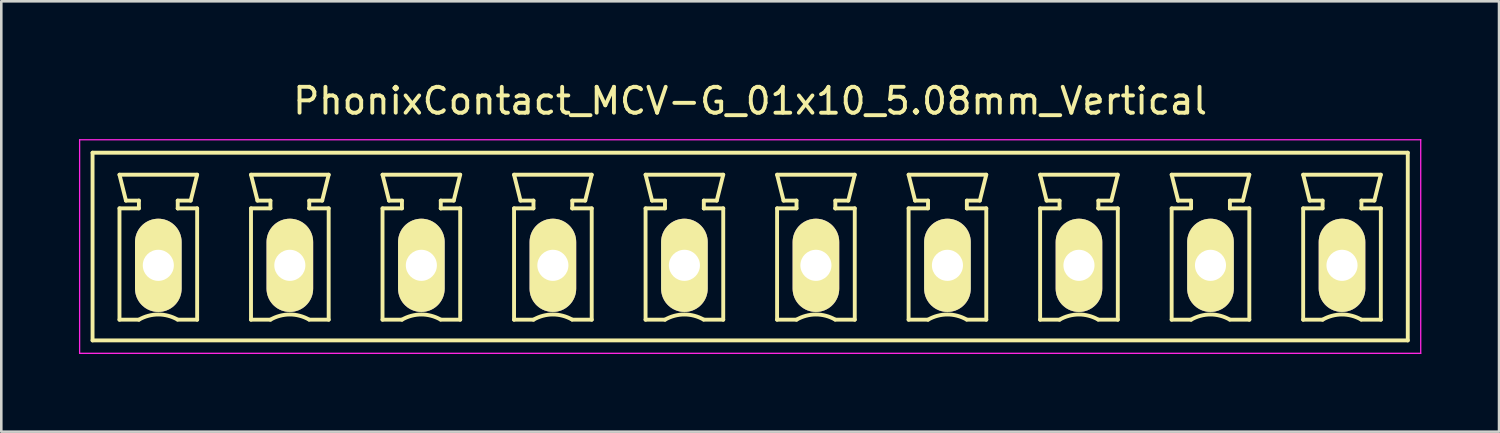
<source format=kicad_pcb>
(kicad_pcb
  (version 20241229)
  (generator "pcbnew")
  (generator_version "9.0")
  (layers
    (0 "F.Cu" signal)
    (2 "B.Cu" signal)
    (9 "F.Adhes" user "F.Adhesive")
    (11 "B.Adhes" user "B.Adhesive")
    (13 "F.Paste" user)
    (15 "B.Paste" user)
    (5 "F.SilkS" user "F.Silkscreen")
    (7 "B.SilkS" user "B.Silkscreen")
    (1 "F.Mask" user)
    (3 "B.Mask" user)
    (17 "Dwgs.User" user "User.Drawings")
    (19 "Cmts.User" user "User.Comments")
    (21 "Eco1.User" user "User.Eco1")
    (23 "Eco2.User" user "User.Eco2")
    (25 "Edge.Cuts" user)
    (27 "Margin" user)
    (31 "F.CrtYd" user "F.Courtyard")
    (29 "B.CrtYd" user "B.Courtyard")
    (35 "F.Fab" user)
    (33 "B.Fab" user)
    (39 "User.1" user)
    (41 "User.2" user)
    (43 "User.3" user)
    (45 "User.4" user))
  (footprint "PhonixContact_MCV-G_01x10_5.08mm_Vertical"
    (layer "F.Cu")
    (at 3.065 7.198)
    (property "Reference" "PhonixContact_MCV-G_01x10_5.08mm_Vertical" (at 22.86 -6.35 0) (layer "F.SilkS") (effects (font (size 1 1) (thickness 0.15))))
    (attr through_hole)
    (fp_line (start -2.54 -4.35) (end -2.54 2.9) (stroke (width 0.15) (type solid)) (layer "F.SilkS"))
    (fp_line (start -2.54 2.9) (end 48.26 2.9) (stroke (width 0.15) (type solid)) (layer "F.SilkS"))
    (fp_line (start -1.5 -3.5) (end 1.5 -3.5) (stroke (width 0.15) (type solid)) (layer "F.SilkS"))
    (fp_line (start -1.5 -2.2) (end -0.75 -2.2) (stroke (width 0.15) (type solid)) (layer "F.SilkS"))
    (fp_line (start -1.5 2.1) (end -1.5 -2.2) (stroke (width 0.15) (type solid)) (layer "F.SilkS"))
    (fp_line (start -1.25 -2.5) (end -1.5 -3.5) (stroke (width 0.15) (type solid)) (layer "F.SilkS"))
    (fp_line (start -0.75 -2.5) (end -1.25 -2.5) (stroke (width 0.15) (type solid)) (layer "F.SilkS"))
    (fp_line (start -0.75 -2.2) (end -0.75 -2.5) (stroke (width 0.15) (type solid)) (layer "F.SilkS"))
    (fp_line (start -0.75 2.1) (end -1.5 2.1) (stroke (width 0.15) (type solid)) (layer "F.SilkS"))
    (fp_line (start 0.75 -2.5) (end 0.75 -2.2) (stroke (width 0.15) (type solid)) (layer "F.SilkS"))
    (fp_line (start 0.75 -2.2) (end 0.75 -2.2) (stroke (width 0.15) (type solid)) (layer "F.SilkS"))
    (fp_line (start 0.75 -2.2) (end 1.5 -2.2) (stroke (width 0.15) (type solid)) (layer "F.SilkS"))
    (fp_line (start 1.25 -2.5) (end 0.75 -2.5) (stroke (width 0.15) (type solid)) (layer "F.SilkS"))
    (fp_line (start 1.5 -3.5) (end 1.25 -2.5) (stroke (width 0.15) (type solid)) (layer "F.SilkS"))
    (fp_line (start 1.5 -2.2) (end 1.5 2.1) (stroke (width 0.15) (type solid)) (layer "F.SilkS"))
    (fp_line (start 1.5 2.1) (end 0.75 2.1) (stroke (width 0.15) (type solid)) (layer "F.SilkS"))
    (fp_line (start 3.58 -3.5) (end 6.58 -3.5) (stroke (width 0.15) (type solid)) (layer "F.SilkS"))
    (fp_line (start 3.58 -2.2) (end 4.33 -2.2) (stroke (width 0.15) (type solid)) (layer "F.SilkS"))
    (fp_line (start 3.58 2.1) (end 3.58 -2.2) (stroke (width 0.15) (type solid)) (layer "F.SilkS"))
    (fp_line (start 3.83 -2.5) (end 3.58 -3.5) (stroke (width 0.15) (type solid)) (layer "F.SilkS"))
    (fp_line (start 4.33 -2.5) (end 3.83 -2.5) (stroke (width 0.15) (type solid)) (layer "F.SilkS"))
    (fp_line (start 4.33 -2.2) (end 4.33 -2.5) (stroke (width 0.15) (type solid)) (layer "F.SilkS"))
    (fp_line (start 4.33 2.1) (end 3.58 2.1) (stroke (width 0.15) (type solid)) (layer "F.SilkS"))
    (fp_line (start 5.83 -2.5) (end 5.83 -2.2) (stroke (width 0.15) (type solid)) (layer "F.SilkS"))
    (fp_line (start 5.83 -2.2) (end 5.83 -2.2) (stroke (width 0.15) (type solid)) (layer "F.SilkS"))
    (fp_line (start 5.83 -2.2) (end 6.58 -2.2) (stroke (width 0.15) (type solid)) (layer "F.SilkS"))
    (fp_line (start 6.33 -2.5) (end 5.83 -2.5) (stroke (width 0.15) (type solid)) (layer "F.SilkS"))
    (fp_line (start 6.58 -3.5) (end 6.33 -2.5) (stroke (width 0.15) (type solid)) (layer "F.SilkS"))
    (fp_line (start 6.58 -2.2) (end 6.58 2.1) (stroke (width 0.15) (type solid)) (layer "F.SilkS"))
    (fp_line (start 6.58 2.1) (end 5.83 2.1) (stroke (width 0.15) (type solid)) (layer "F.SilkS"))
    (fp_line (start 8.66 -3.5) (end 11.66 -3.5) (stroke (width 0.15) (type solid)) (layer "F.SilkS"))
    (fp_line (start 8.66 -2.2) (end 9.41 -2.2) (stroke (width 0.15) (type solid)) (layer "F.SilkS"))
    (fp_line (start 8.66 2.1) (end 8.66 -2.2) (stroke (width 0.15) (type solid)) (layer "F.SilkS"))
    (fp_line (start 8.91 -2.5) (end 8.66 -3.5) (stroke (width 0.15) (type solid)) (layer "F.SilkS"))
    (fp_line (start 9.41 -2.5) (end 8.91 -2.5) (stroke (width 0.15) (type solid)) (layer "F.SilkS"))
    (fp_line (start 9.41 -2.2) (end 9.41 -2.5) (stroke (width 0.15) (type solid)) (layer "F.SilkS"))
    (fp_line (start 9.41 2.1) (end 8.66 2.1) (stroke (width 0.15) (type solid)) (layer "F.SilkS"))
    (fp_line (start 10.91 -2.5) (end 10.91 -2.2) (stroke (width 0.15) (type solid)) (layer "F.SilkS"))
    (fp_line (start 10.91 -2.2) (end 10.91 -2.2) (stroke (width 0.15) (type solid)) (layer "F.SilkS"))
    (fp_line (start 10.91 -2.2) (end 11.66 -2.2) (stroke (width 0.15) (type solid)) (layer "F.SilkS"))
    (fp_line (start 11.41 -2.5) (end 10.91 -2.5) (stroke (width 0.15) (type solid)) (layer "F.SilkS"))
    (fp_line (start 11.66 -3.5) (end 11.41 -2.5) (stroke (width 0.15) (type solid)) (layer "F.SilkS"))
    (fp_line (start 11.66 -2.2) (end 11.66 2.1) (stroke (width 0.15) (type solid)) (layer "F.SilkS"))
    (fp_line (start 11.66 2.1) (end 10.91 2.1) (stroke (width 0.15) (type solid)) (layer "F.SilkS"))
    (fp_line (start 13.74 -3.5) (end 16.74 -3.5) (stroke (width 0.15) (type solid)) (layer "F.SilkS"))
    (fp_line (start 13.74 -2.2) (end 14.49 -2.2) (stroke (width 0.15) (type solid)) (layer "F.SilkS"))
    (fp_line (start 13.74 2.1) (end 13.74 -2.2) (stroke (width 0.15) (type solid)) (layer "F.SilkS"))
    (fp_line (start 13.99 -2.5) (end 13.74 -3.5) (stroke (width 0.15) (type solid)) (layer "F.SilkS"))
    (fp_line (start 14.49 -2.5) (end 13.99 -2.5) (stroke (width 0.15) (type solid)) (layer "F.SilkS"))
    (fp_line (start 14.49 -2.2) (end 14.49 -2.5) (stroke (width 0.15) (type solid)) (layer "F.SilkS"))
    (fp_line (start 14.49 2.1) (end 13.74 2.1) (stroke (width 0.15) (type solid)) (layer "F.SilkS"))
    (fp_line (start 15.99 -2.5) (end 15.99 -2.2) (stroke (width 0.15) (type solid)) (layer "F.SilkS"))
    (fp_line (start 15.99 -2.2) (end 15.99 -2.2) (stroke (width 0.15) (type solid)) (layer "F.SilkS"))
    (fp_line (start 15.99 -2.2) (end 16.74 -2.2) (stroke (width 0.15) (type solid)) (layer "F.SilkS"))
    (fp_line (start 16.49 -2.5) (end 15.99 -2.5) (stroke (width 0.15) (type solid)) (layer "F.SilkS"))
    (fp_line (start 16.74 -3.5) (end 16.49 -2.5) (stroke (width 0.15) (type solid)) (layer "F.SilkS"))
    (fp_line (start 16.74 -2.2) (end 16.74 2.1) (stroke (width 0.15) (type solid)) (layer "F.SilkS"))
    (fp_line (start 16.74 2.1) (end 15.99 2.1) (stroke (width 0.15) (type solid)) (layer "F.SilkS"))
    (fp_line (start 18.82 -3.5) (end 21.82 -3.5) (stroke (width 0.15) (type solid)) (layer "F.SilkS"))
    (fp_line (start 18.82 -2.2) (end 19.57 -2.2) (stroke (width 0.15) (type solid)) (layer "F.SilkS"))
    (fp_line (start 18.82 2.1) (end 18.82 -2.2) (stroke (width 0.15) (type solid)) (layer "F.SilkS"))
    (fp_line (start 19.07 -2.5) (end 18.82 -3.5) (stroke (width 0.15) (type solid)) (layer "F.SilkS"))
    (fp_line (start 19.57 -2.5) (end 19.07 -2.5) (stroke (width 0.15) (type solid)) (layer "F.SilkS"))
    (fp_line (start 19.57 -2.2) (end 19.57 -2.5) (stroke (width 0.15) (type solid)) (layer "F.SilkS"))
    (fp_line (start 19.57 2.1) (end 18.82 2.1) (stroke (width 0.15) (type solid)) (layer "F.SilkS"))
    (fp_line (start 21.07 -2.5) (end 21.07 -2.2) (stroke (width 0.15) (type solid)) (layer "F.SilkS"))
    (fp_line (start 21.07 -2.2) (end 21.07 -2.2) (stroke (width 0.15) (type solid)) (layer "F.SilkS"))
    (fp_line (start 21.07 -2.2) (end 21.82 -2.2) (stroke (width 0.15) (type solid)) (layer "F.SilkS"))
    (fp_line (start 21.57 -2.5) (end 21.07 -2.5) (stroke (width 0.15) (type solid)) (layer "F.SilkS"))
    (fp_line (start 21.82 -3.5) (end 21.57 -2.5) (stroke (width 0.15) (type solid)) (layer "F.SilkS"))
    (fp_line (start 21.82 -2.2) (end 21.82 2.1) (stroke (width 0.15) (type solid)) (layer "F.SilkS"))
    (fp_line (start 21.82 2.1) (end 21.07 2.1) (stroke (width 0.15) (type solid)) (layer "F.SilkS"))
    (fp_line (start 23.9 -3.5) (end 26.9 -3.5) (stroke (width 0.15) (type solid)) (layer "F.SilkS"))
    (fp_line (start 23.9 -2.2) (end 24.65 -2.2) (stroke (width 0.15) (type solid)) (layer "F.SilkS"))
    (fp_line (start 23.9 2.1) (end 23.9 -2.2) (stroke (width 0.15) (type solid)) (layer "F.SilkS"))
    (fp_line (start 24.15 -2.5) (end 23.9 -3.5) (stroke (width 0.15) (type solid)) (layer "F.SilkS"))
    (fp_line (start 24.65 -2.5) (end 24.15 -2.5) (stroke (width 0.15) (type solid)) (layer "F.SilkS"))
    (fp_line (start 24.65 -2.2) (end 24.65 -2.5) (stroke (width 0.15) (type solid)) (layer "F.SilkS"))
    (fp_line (start 24.65 2.1) (end 23.9 2.1) (stroke (width 0.15) (type solid)) (layer "F.SilkS"))
    (fp_line (start 26.15 -2.5) (end 26.15 -2.2) (stroke (width 0.15) (type solid)) (layer "F.SilkS"))
    (fp_line (start 26.15 -2.2) (end 26.15 -2.2) (stroke (width 0.15) (type solid)) (layer "F.SilkS"))
    (fp_line (start 26.15 -2.2) (end 26.9 -2.2) (stroke (width 0.15) (type solid)) (layer "F.SilkS"))
    (fp_line (start 26.65 -2.5) (end 26.15 -2.5) (stroke (width 0.15) (type solid)) (layer "F.SilkS"))
    (fp_line (start 26.9 -3.5) (end 26.65 -2.5) (stroke (width 0.15) (type solid)) (layer "F.SilkS"))
    (fp_line (start 26.9 -2.2) (end 26.9 2.1) (stroke (width 0.15) (type solid)) (layer "F.SilkS"))
    (fp_line (start 26.9 2.1) (end 26.15 2.1) (stroke (width 0.15) (type solid)) (layer "F.SilkS"))
    (fp_line (start 28.98 -3.5) (end 31.98 -3.5) (stroke (width 0.15) (type solid)) (layer "F.SilkS"))
    (fp_line (start 28.98 -2.2) (end 29.73 -2.2) (stroke (width 0.15) (type solid)) (layer "F.SilkS"))
    (fp_line (start 28.98 2.1) (end 28.98 -2.2) (stroke (width 0.15) (type solid)) (layer "F.SilkS"))
    (fp_line (start 29.23 -2.5) (end 28.98 -3.5) (stroke (width 0.15) (type solid)) (layer "F.SilkS"))
    (fp_line (start 29.73 -2.5) (end 29.23 -2.5) (stroke (width 0.15) (type solid)) (layer "F.SilkS"))
    (fp_line (start 29.73 -2.2) (end 29.73 -2.5) (stroke (width 0.15) (type solid)) (layer "F.SilkS"))
    (fp_line (start 29.73 2.1) (end 28.98 2.1) (stroke (width 0.15) (type solid)) (layer "F.SilkS"))
    (fp_line (start 31.23 -2.5) (end 31.23 -2.2) (stroke (width 0.15) (type solid)) (layer "F.SilkS"))
    (fp_line (start 31.23 -2.2) (end 31.23 -2.2) (stroke (width 0.15) (type solid)) (layer "F.SilkS"))
    (fp_line (start 31.23 -2.2) (end 31.98 -2.2) (stroke (width 0.15) (type solid)) (layer "F.SilkS"))
    (fp_line (start 31.73 -2.5) (end 31.23 -2.5) (stroke (width 0.15) (type solid)) (layer "F.SilkS"))
    (fp_line (start 31.98 -3.5) (end 31.73 -2.5) (stroke (width 0.15) (type solid)) (layer "F.SilkS"))
    (fp_line (start 31.98 -2.2) (end 31.98 2.1) (stroke (width 0.15) (type solid)) (layer "F.SilkS"))
    (fp_line (start 31.98 2.1) (end 31.23 2.1) (stroke (width 0.15) (type solid)) (layer "F.SilkS"))
    (fp_line (start 34.06 -3.5) (end 37.06 -3.5) (stroke (width 0.15) (type solid)) (layer "F.SilkS"))
    (fp_line (start 34.06 -2.2) (end 34.81 -2.2) (stroke (width 0.15) (type solid)) (layer "F.SilkS"))
    (fp_line (start 34.06 2.1) (end 34.06 -2.2) (stroke (width 0.15) (type solid)) (layer "F.SilkS"))
    (fp_line (start 34.31 -2.5) (end 34.06 -3.5) (stroke (width 0.15) (type solid)) (layer "F.SilkS"))
    (fp_line (start 34.81 -2.5) (end 34.31 -2.5) (stroke (width 0.15) (type solid)) (layer "F.SilkS"))
    (fp_line (start 34.81 -2.2) (end 34.81 -2.5) (stroke (width 0.15) (type solid)) (layer "F.SilkS"))
    (fp_line (start 34.81 2.1) (end 34.06 2.1) (stroke (width 0.15) (type solid)) (layer "F.SilkS"))
    (fp_line (start 36.31 -2.5) (end 36.31 -2.2) (stroke (width 0.15) (type solid)) (layer "F.SilkS"))
    (fp_line (start 36.31 -2.2) (end 36.31 -2.2) (stroke (width 0.15) (type solid)) (layer "F.SilkS"))
    (fp_line (start 36.31 -2.2) (end 37.06 -2.2) (stroke (width 0.15) (type solid)) (layer "F.SilkS"))
    (fp_line (start 36.81 -2.5) (end 36.31 -2.5) (stroke (width 0.15) (type solid)) (layer "F.SilkS"))
    (fp_line (start 37.06 -3.5) (end 36.81 -2.5) (stroke (width 0.15) (type solid)) (layer "F.SilkS"))
    (fp_line (start 37.06 -2.2) (end 37.06 2.1) (stroke (width 0.15) (type solid)) (layer "F.SilkS"))
    (fp_line (start 37.06 2.1) (end 36.31 2.1) (stroke (width 0.15) (type solid)) (layer "F.SilkS"))
    (fp_line (start 39.14 -3.5) (end 42.14 -3.5) (stroke (width 0.15) (type solid)) (layer "F.SilkS"))
    (fp_line (start 39.14 -2.2) (end 39.89 -2.2) (stroke (width 0.15) (type solid)) (layer "F.SilkS"))
    (fp_line (start 39.14 2.1) (end 39.14 -2.2) (stroke (width 0.15) (type solid)) (layer "F.SilkS"))
    (fp_line (start 39.39 -2.5) (end 39.14 -3.5) (stroke (width 0.15) (type solid)) (layer "F.SilkS"))
    (fp_line (start 39.89 -2.5) (end 39.39 -2.5) (stroke (width 0.15) (type solid)) (layer "F.SilkS"))
    (fp_line (start 39.89 -2.2) (end 39.89 -2.5) (stroke (width 0.15) (type solid)) (layer "F.SilkS"))
    (fp_line (start 39.89 2.1) (end 39.14 2.1) (stroke (width 0.15) (type solid)) (layer "F.SilkS"))
    (fp_line (start 41.39 -2.5) (end 41.39 -2.2) (stroke (width 0.15) (type solid)) (layer "F.SilkS"))
    (fp_line (start 41.39 -2.2) (end 41.39 -2.2) (stroke (width 0.15) (type solid)) (layer "F.SilkS"))
    (fp_line (start 41.39 -2.2) (end 42.14 -2.2) (stroke (width 0.15) (type solid)) (layer "F.SilkS"))
    (fp_line (start 41.89 -2.5) (end 41.39 -2.5) (stroke (width 0.15) (type solid)) (layer "F.SilkS"))
    (fp_line (start 42.14 -3.5) (end 41.89 -2.5) (stroke (width 0.15) (type solid)) (layer "F.SilkS"))
    (fp_line (start 42.14 -2.2) (end 42.14 2.1) (stroke (width 0.15) (type solid)) (layer "F.SilkS"))
    (fp_line (start 42.14 2.1) (end 41.39 2.1) (stroke (width 0.15) (type solid)) (layer "F.SilkS"))
    (fp_line (start 44.22 -3.5) (end 47.22 -3.5) (stroke (width 0.15) (type solid)) (layer "F.SilkS"))
    (fp_line (start 44.22 -2.2) (end 44.97 -2.2) (stroke (width 0.15) (type solid)) (layer "F.SilkS"))
    (fp_line (start 44.22 2.1) (end 44.22 -2.2) (stroke (width 0.15) (type solid)) (layer "F.SilkS"))
    (fp_line (start 44.47 -2.5) (end 44.22 -3.5) (stroke (width 0.15) (type solid)) (layer "F.SilkS"))
    (fp_line (start 44.97 -2.5) (end 44.47 -2.5) (stroke (width 0.15) (type solid)) (layer "F.SilkS"))
    (fp_line (start 44.97 -2.2) (end 44.97 -2.5) (stroke (width 0.15) (type solid)) (layer "F.SilkS"))
    (fp_line (start 44.97 2.1) (end 44.22 2.1) (stroke (width 0.15) (type solid)) (layer "F.SilkS"))
    (fp_line (start 46.47 -2.5) (end 46.47 -2.2) (stroke (width 0.15) (type solid)) (layer "F.SilkS"))
    (fp_line (start 46.47 -2.2) (end 46.47 -2.2) (stroke (width 0.15) (type solid)) (layer "F.SilkS"))
    (fp_line (start 46.47 -2.2) (end 47.22 -2.2) (stroke (width 0.15) (type solid)) (layer "F.SilkS"))
    (fp_line (start 46.97 -2.5) (end 46.47 -2.5) (stroke (width 0.15) (type solid)) (layer "F.SilkS"))
    (fp_line (start 47.22 -3.5) (end 46.97 -2.5) (stroke (width 0.15) (type solid)) (layer "F.SilkS"))
    (fp_line (start 47.22 -2.2) (end 47.22 2.1) (stroke (width 0.15) (type solid)) (layer "F.SilkS"))
    (fp_line (start 47.22 2.1) (end 46.47 2.1) (stroke (width 0.15) (type solid)) (layer "F.SilkS"))
    (fp_line (start 48.26 -4.35) (end -2.54 -4.35) (stroke (width 0.15) (type solid)) (layer "F.SilkS"))
    (fp_line (start 48.26 2.9) (end 48.26 -4.35) (stroke (width 0.15) (type solid)) (layer "F.SilkS"))
    (fp_arc (start -0.75 2.1) (mid -0.006068 1.899179) (end 0.739464 2.093978) (stroke (width 0.15) (type solid)) (layer "F.SilkS"))
    (fp_arc (start 4.33 2.1) (mid 5.073932 1.899179) (end 5.819464 2.093978) (stroke (width 0.15) (type solid)) (layer "F.SilkS"))
    (fp_arc (start 9.41 2.1) (mid 10.153932 1.899179) (end 10.899464 2.093978) (stroke (width 0.15) (type solid)) (layer "F.SilkS"))
    (fp_arc (start 14.49 2.1) (mid 15.233932 1.899179) (end 15.979464 2.093978) (stroke (width 0.15) (type solid)) (layer "F.SilkS"))
    (fp_arc (start 19.57 2.1) (mid 20.313932 1.899179) (end 21.059464 2.093978) (stroke (width 0.15) (type solid)) (layer "F.SilkS"))
    (fp_arc (start 24.65 2.1) (mid 25.393932 1.899179) (end 26.139464 2.093978) (stroke (width 0.15) (type solid)) (layer "F.SilkS"))
    (fp_arc (start 29.73 2.1) (mid 30.473932 1.899179) (end 31.219464 2.093978) (stroke (width 0.15) (type solid)) (layer "F.SilkS"))
    (fp_arc (start 34.81 2.1) (mid 35.553932 1.899179) (end 36.299464 2.093978) (stroke (width 0.15) (type solid)) (layer "F.SilkS"))
    (fp_arc (start 39.89 2.1) (mid 40.633932 1.899179) (end 41.379464 2.093978) (stroke (width 0.15) (type solid)) (layer "F.SilkS"))
    (fp_arc (start 44.97 2.1) (mid 45.713932 1.899179) (end 46.459464 2.093978) (stroke (width 0.15) (type solid)) (layer "F.SilkS"))
    (fp_line (start -3.04 -4.85) (end -3.04 3.4) (stroke (width 0.05) (type solid)) (layer "F.CrtYd"))
    (fp_line (start -3.04 3.4) (end 48.76 3.4) (stroke (width 0.05) (type solid)) (layer "F.CrtYd"))
    (fp_line (start 48.76 -4.85) (end -3.04 -4.85) (stroke (width 0.05) (type solid)) (layer "F.CrtYd"))
    (fp_line (start 48.76 3.4) (end 48.76 -4.85) (stroke (width 0.05) (type solid)) (layer "F.CrtYd"))
    (pad "1" thru_hole oval (at 0 0) (size 1.8 3.6) (drill 1.2) (layers "*.Cu" "*.Mask" "F.SilkS"))
    (pad "2" thru_hole oval (at 5.08 0) (size 1.8 3.6) (drill 1.2) (layers "*.Cu" "*.Mask" "F.SilkS"))
    (pad "3" thru_hole oval (at 10.16 0) (size 1.8 3.6) (drill 1.2) (layers "*.Cu" "*.Mask" "F.SilkS"))
    (pad "4" thru_hole oval (at 15.24 0) (size 1.8 3.6) (drill 1.2) (layers "*.Cu" "*.Mask" "F.SilkS"))
    (pad "5" thru_hole oval (at 20.32 0) (size 1.8 3.6) (drill 1.2) (layers "*.Cu" "*.Mask" "F.SilkS"))
    (pad "6" thru_hole oval (at 25.4 0) (size 1.8 3.6) (drill 1.2) (layers "*.Cu" "*.Mask" "F.SilkS"))
    (pad "7" thru_hole oval (at 30.48 0) (size 1.8 3.6) (drill 1.2) (layers "*.Cu" "*.Mask" "F.SilkS"))
    (pad "8" thru_hole oval (at 35.56 0) (size 1.8 3.6) (drill 1.2) (layers "*.Cu" "*.Mask" "F.SilkS"))
    (pad "9" thru_hole oval (at 40.64 0) (size 1.8 3.6) (drill 1.2) (layers "*.Cu" "*.Mask" "F.SilkS"))
    (pad "10" thru_hole oval (at 45.72 0) (size 1.8 3.6) (drill 1.2) (layers "*.Cu" "*.Mask" "F.SilkS")))
  (gr_rect
    (start -3 -3)
    (end 54.85 13.623)
    (stroke (width 0.1) (type default))
    (fill no)
    (layer "Edge.Cuts")))
</source>
